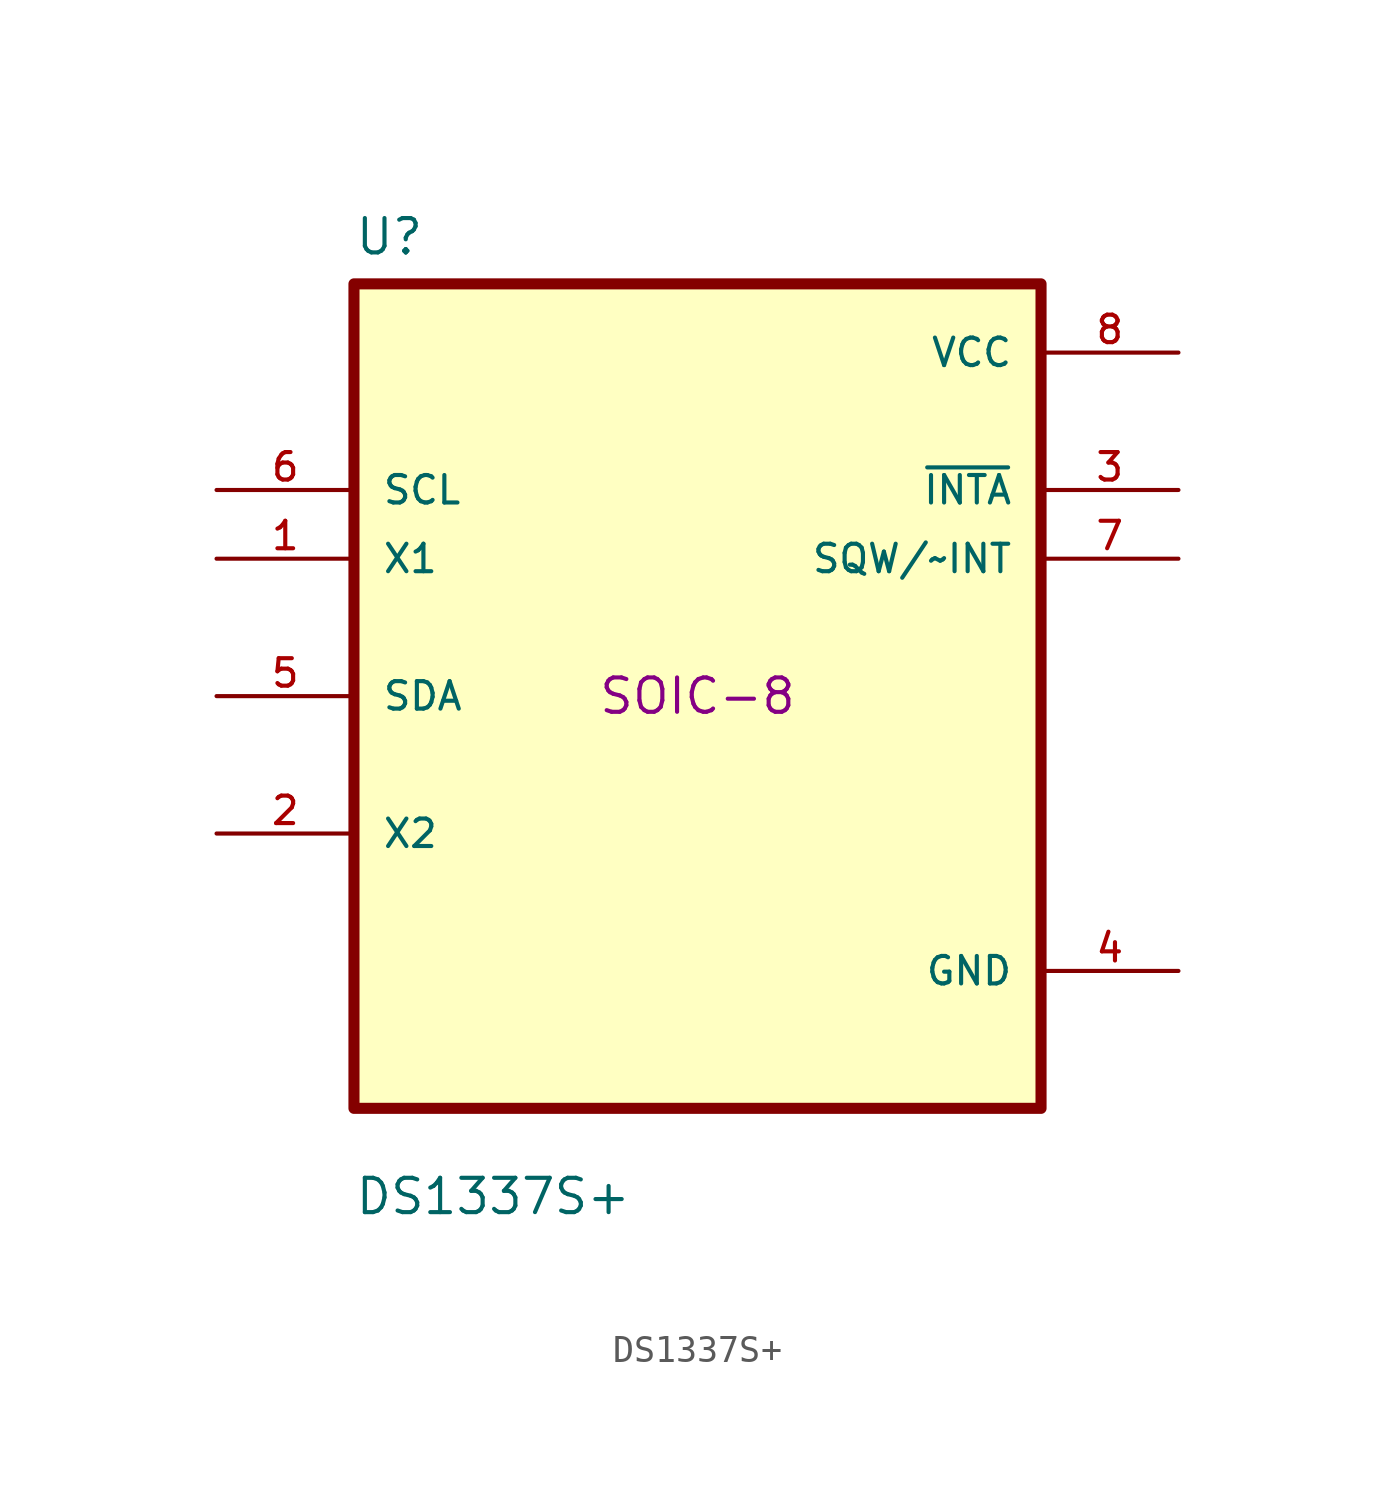
<source format=kicad_sym>
(kicad_symbol_lib
  (version 20220914)
  (generator kicad_symbol_editor)
  (symbol "DS1337S+"
    (pin_names
      (offset 1.016))
    (property "Reference" "U"
      (at -12.7 16.24 0)
      (effects (font (size 1.27 1.27)) (justify left bottom)))
    (property "Value" "DS1337S+"
      (at -12.7 -19.24 0)
      (effects (font (size 1.27 1.27)) (justify left bottom)))
    (property "Package" "SOIC-8"
      (at 0 0 0)
      (effects (font (size 1.27 1.27))))
    (symbol "DS1337S+_0_0"
      (rectangle (start -12.7 -15.24) (end 12.7 15.24) (stroke (width 0.41) (type default)) (fill (type background)))
      (pin input line (at -17.78 5.08 0) (length 5.08) (name "X1" (effects (font (size 1.016 1.016)))) (number "1" (effects (font (size 1.016 1.016)))))
      (pin bidirectional line (at -17.78 -5.08 0) (length 5.08) (name "X2" (effects (font (size 1.016 1.016)))) (number "2" (effects (font (size 1.016 1.016)))))
      (pin output line (at 17.78 7.62 180) (length 5.08) (name "~{INTA}" (effects (font (size 1.016 1.016)))) (number "3" (effects (font (size 1.016 1.016)))))
      (pin power_in line (at 17.78 -10.16 180) (length 5.08) (name "GND" (effects (font (size 1.016 1.016)))) (number "4" (effects (font (size 1.016 1.016)))))
      (pin bidirectional line (at -17.78 0 0) (length 5.08) (name "SDA" (effects (font (size 1.016 1.016)))) (number "5" (effects (font (size 1.016 1.016)))))
      (pin input line (at -17.78 7.62 0) (length 5.08) (name "SCL" (effects (font (size 1.016 1.016)))) (number "6" (effects (font (size 1.016 1.016)))))
      (pin output line (at 17.78 5.08 180) (length 5.08) (name "SQW/~INT" (effects (font (size 1.016 1.016)))) (number "7" (effects (font (size 1.016 1.016)))))
      (pin power_in line (at 17.78 12.7 180) (length 5.08) (name "VCC" (effects (font (size 1.016 1.016)))) (number "8" (effects (font (size 1.016 1.016))))))))
</source>
